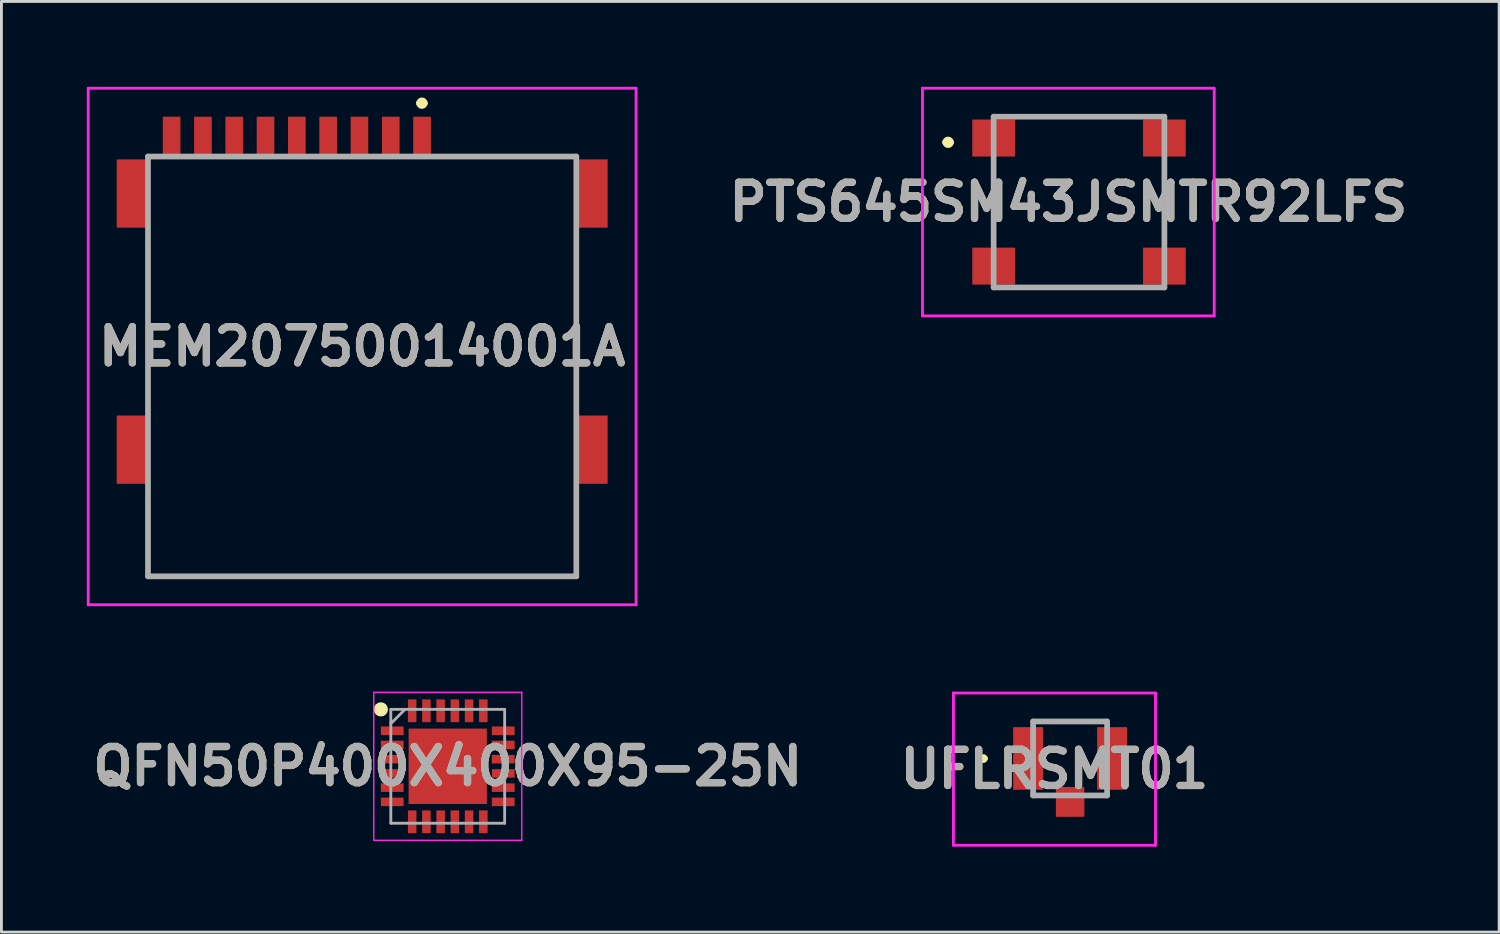
<source format=kicad_pcb>
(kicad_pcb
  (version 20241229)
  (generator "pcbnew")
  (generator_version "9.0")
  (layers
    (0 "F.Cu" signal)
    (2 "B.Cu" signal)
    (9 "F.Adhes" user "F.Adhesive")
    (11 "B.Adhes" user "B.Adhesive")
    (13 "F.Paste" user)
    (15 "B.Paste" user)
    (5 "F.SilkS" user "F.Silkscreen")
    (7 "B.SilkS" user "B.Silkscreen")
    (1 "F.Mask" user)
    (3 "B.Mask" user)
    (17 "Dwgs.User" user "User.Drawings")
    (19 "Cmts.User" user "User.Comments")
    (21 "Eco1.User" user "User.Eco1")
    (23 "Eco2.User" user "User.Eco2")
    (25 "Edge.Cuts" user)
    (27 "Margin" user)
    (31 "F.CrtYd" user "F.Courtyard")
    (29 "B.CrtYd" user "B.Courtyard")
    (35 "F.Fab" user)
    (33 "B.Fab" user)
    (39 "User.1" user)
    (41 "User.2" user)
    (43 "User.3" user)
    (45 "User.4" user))
  (footprint "PTS645SM43JSMTR92LFS"
    (layer "F.Cu")
    (at 34.863 4.05)
    (property "Reference" "PTS645SM43JSMTR92LFS" (at -0.375 0 0) (layer "F.SilkS") (effects (font (size 1.27 1.27) (thickness 0.254))))
    (attr smd)
    (fp_line (start -4.7 -2.1) (end -4.7 -2.1) (stroke (width 0.2) (type solid)) (layer "F.SilkS"))
    (fp_line (start -4.5 -2.1) (end -4.5 -2.1) (stroke (width 0.2) (type solid)) (layer "F.SilkS"))
    (fp_line (start -3 -1.2) (end -3 1.2) (stroke (width 0.1) (type solid)) (layer "F.SilkS"))
    (fp_line (start -1.8 -3) (end 1.8 -3) (stroke (width 0.1) (type solid)) (layer "F.SilkS"))
    (fp_line (start -1.8 3) (end 1.8 3) (stroke (width 0.1) (type solid)) (layer "F.SilkS"))
    (fp_line (start 3 -1.2) (end 3 1.2) (stroke (width 0.1) (type solid)) (layer "F.SilkS"))
    (fp_arc (start -4.7 -2.1) (mid -4.6 -2.2) (end -4.5 -2.1) (stroke (width 0.2) (type solid)) (layer "F.SilkS"))
    (fp_arc (start -4.5 -2.1) (mid -4.6 -2) (end -4.7 -2.1) (stroke (width 0.2) (type solid)) (layer "F.SilkS"))
    (fp_line (start -5.5 -4) (end 4.75 -4) (stroke (width 0.1) (type solid)) (layer "F.CrtYd"))
    (fp_line (start -5.5 4) (end -5.5 -4) (stroke (width 0.1) (type solid)) (layer "F.CrtYd"))
    (fp_line (start 4.75 -4) (end 4.75 4) (stroke (width 0.1) (type solid)) (layer "F.CrtYd"))
    (fp_line (start 4.75 4) (end -5.5 4) (stroke (width 0.1) (type solid)) (layer "F.CrtYd"))
    (fp_line (start -3 -3) (end 3 -3) (stroke (width 0.2) (type solid)) (layer "F.Fab"))
    (fp_line (start -3 3) (end -3 -3) (stroke (width 0.2) (type solid)) (layer "F.Fab"))
    (fp_line (start 3 -3) (end 3 3) (stroke (width 0.2) (type solid)) (layer "F.Fab"))
    (fp_line (start 3 3) (end -3 3) (stroke (width 0.2) (type solid)) (layer "F.Fab"))
    (fp_text user "${REFERENCE}" (at -0.375 0 0) (layer "F.Fab") (effects (font (size 1.27 1.27) (thickness 0.254))))
    (pad "A1" smd rect (at -3 -2.25 90) (size 1.3 1.5) (layers "F.Cu" "F.Mask" "F.Paste"))
    (pad "B1" smd rect (at 3 -2.25 90) (size 1.3 1.5) (layers "F.Cu" "F.Mask" "F.Paste"))
    (pad "C1" smd rect (at -3 2.25 90) (size 1.3 1.5) (layers "F.Cu" "F.Mask" "F.Paste"))
    (pad "D1" smd rect (at 3 2.25 90) (size 1.3 1.5) (layers "F.Cu" "F.Mask" "F.Paste")))
  (footprint "MEM20750014001A"
    (layer "F.Cu")
    (at 9.675 9.475)
    (property "Reference" "MEM20750014001A" (at 0 -0.35 0) (layer "F.SilkS") (effects (font (size 1.27 1.27) (thickness 0.254))))
    (attr through_hole)
    (fp_line (start -7.525 -4.025) (end -7.525 1.4) (stroke (width 0.1) (type solid)) (layer "F.SilkS"))
    (fp_line (start -7.525 4.975) (end -7.525 7.725) (stroke (width 0.1) (type solid)) (layer "F.SilkS"))
    (fp_line (start -7.525 7.725) (end 7.525 7.725) (stroke (width 0.1) (type solid)) (layer "F.SilkS"))
    (fp_line (start 2 -8.9) (end 2 -8.9) (stroke (width 0.2) (type solid)) (layer "F.SilkS"))
    (fp_line (start 2.2 -8.9) (end 2.2 -8.9) (stroke (width 0.2) (type solid)) (layer "F.SilkS"))
    (fp_line (start 2.8 -7.025) (end 7 -7.025) (stroke (width 0.1) (type solid)) (layer "F.SilkS"))
    (fp_line (start 7.525 -4.025) (end 7.525 1.4) (stroke (width 0.1) (type solid)) (layer "F.SilkS"))
    (fp_line (start 7.525 7.725) (end 7.525 4.975) (stroke (width 0.1) (type solid)) (layer "F.SilkS"))
    (fp_arc (start 2 -8.9) (mid 2.1 -9) (end 2.2 -8.9) (stroke (width 0.2) (type solid)) (layer "F.SilkS"))
    (fp_arc (start 2.2 -8.9) (mid 2.1 -8.8) (end 2 -8.9) (stroke (width 0.2) (type solid)) (layer "F.SilkS"))
    (fp_line (start -9.625 -9.425) (end 9.625 -9.425) (stroke (width 0.1) (type solid)) (layer "F.CrtYd"))
    (fp_line (start -9.625 8.725) (end -9.625 -9.425) (stroke (width 0.1) (type solid)) (layer "F.CrtYd"))
    (fp_line (start 9.625 -9.425) (end 9.625 8.725) (stroke (width 0.1) (type solid)) (layer "F.CrtYd"))
    (fp_line (start 9.625 8.725) (end -9.625 8.725) (stroke (width 0.1) (type solid)) (layer "F.CrtYd"))
    (fp_line (start -7.525 -7.025) (end 7.525 -7.025) (stroke (width 0.2) (type solid)) (layer "F.Fab"))
    (fp_line (start -7.525 7.725) (end -7.525 -7.025) (stroke (width 0.2) (type solid)) (layer "F.Fab"))
    (fp_line (start 7.525 -7.025) (end 7.525 7.725) (stroke (width 0.2) (type solid)) (layer "F.Fab"))
    (fp_line (start 7.525 7.725) (end -7.525 7.725) (stroke (width 0.2) (type solid)) (layer "F.Fab"))
    (fp_text user "${REFERENCE}" (at 0 -0.35 0) (layer "F.Fab") (effects (font (size 1.27 1.27) (thickness 0.254))))
    (pad "" np_thru_hole circle (at -3.395 3.695) (size 0.001 0.001) (drill 0.95) (layers "*.Cu" "*.Mask"))
    (pad "" np_thru_hole circle (at 3.205 3.695) (size 0.001 0.001) (drill 0.95) (layers "*.Cu" "*.Mask"))
    (pad "MP1" smd rect (at -8.075 -5.725) (size 1.1 2.4) (layers "F.Cu" "F.Mask" "F.Paste"))
    (pad "MP2" smd rect (at -8.075 3.275) (size 1.1 2.4) (layers "F.Cu" "F.Mask" "F.Paste"))
    (pad "MP3" smd rect (at 8.075 3.275) (size 1.1 2.4) (layers "F.Cu" "F.Mask" "F.Paste"))
    (pad "MP4" smd rect (at 8.075 -5.725) (size 1.1 2.4) (layers "F.Cu" "F.Mask" "F.Paste"))
    (pad "P1" smd rect (at 2.105 -7.725) (size 0.62 1.4) (layers "F.Cu" "F.Mask" "F.Paste"))
    (pad "P2" smd rect (at 1.005 -7.725) (size 0.62 1.4) (layers "F.Cu" "F.Mask" "F.Paste"))
    (pad "P3" smd rect (at -0.095 -7.725) (size 0.62 1.4) (layers "F.Cu" "F.Mask" "F.Paste"))
    (pad "P4" smd rect (at -1.195 -7.725) (size 0.62 1.4) (layers "F.Cu" "F.Mask" "F.Paste"))
    (pad "P5" smd rect (at -2.295 -7.725) (size 0.62 1.4) (layers "F.Cu" "F.Mask" "F.Paste"))
    (pad "P6" smd rect (at -3.395 -7.725) (size 0.62 1.4) (layers "F.Cu" "F.Mask" "F.Paste"))
    (pad "P7" smd rect (at -4.495 -7.725) (size 0.62 1.4) (layers "F.Cu" "F.Mask" "F.Paste"))
    (pad "P8" smd rect (at -5.595 -7.725) (size 0.62 1.4) (layers "F.Cu" "F.Mask" "F.Paste"))
    (pad "P9" smd rect (at -6.695 -7.725) (size 0.62 1.4) (layers "F.Cu" "F.Mask" "F.Paste")))
  (footprint "UFLRSMT01"
    (layer "F.Cu")
    (at 34.55 23.6)
    (property "Reference" "UFLRSMT01" (at -0.55 0.375 0) (layer "F.SilkS") (effects (font (size 1.27 1.27) (thickness 0.254))))
    (attr smd)
    (fp_line (start -3.1 0) (end -3.1 0) (stroke (width 0.2) (type solid)) (layer "F.SilkS"))
    (fp_line (start -3.1 0) (end -3.1 0) (stroke (width 0.2) (type solid)) (layer "F.SilkS"))
    (fp_line (start -3 0) (end -3 0) (stroke (width 0.2) (type solid)) (layer "F.SilkS"))
    (fp_line (start -0.5 -1.3) (end -0.5 -1.3) (stroke (width 0.1) (type solid)) (layer "F.SilkS"))
    (fp_line (start -0.5 -1.3) (end 0.5 -1.3) (stroke (width 0.1) (type solid)) (layer "F.SilkS"))
    (fp_line (start 0.5 -1.3) (end -0.5 -1.3) (stroke (width 0.1) (type solid)) (layer "F.SilkS"))
    (fp_line (start 0.5 -1.3) (end 0.5 -1.3) (stroke (width 0.1) (type solid)) (layer "F.SilkS"))
    (fp_arc (start -3.1 0) (mid -3.05 -0.05) (end -3 0) (stroke (width 0.2) (type solid)) (layer "F.SilkS"))
    (fp_arc (start -3 0) (mid -3.05 0.05) (end -3.1 0) (stroke (width 0.2) (type solid)) (layer "F.SilkS"))
    (fp_arc (start -3 0) (mid -3.05 0.05) (end -3.1 0) (stroke (width 0.2) (type solid)) (layer "F.SilkS"))
    (fp_line (start -4.1 -2.3) (end 3 -2.3) (stroke (width 0.1) (type solid)) (layer "F.CrtYd"))
    (fp_line (start -4.1 3.05) (end -4.1 -2.3) (stroke (width 0.1) (type solid)) (layer "F.CrtYd"))
    (fp_line (start 3 -2.3) (end 3 3.05) (stroke (width 0.1) (type solid)) (layer "F.CrtYd"))
    (fp_line (start 3 3.05) (end -4.1 3.05) (stroke (width 0.1) (type solid)) (layer "F.CrtYd"))
    (fp_line (start -1.3 -1.3) (end -1.3 1.3) (stroke (width 0.2) (type solid)) (layer "F.Fab"))
    (fp_line (start -1.3 1.3) (end 1.3 1.3) (stroke (width 0.2) (type solid)) (layer "F.Fab"))
    (fp_line (start 1.3 -1.3) (end -1.3 -1.3) (stroke (width 0.2) (type solid)) (layer "F.Fab"))
    (fp_line (start 1.3 1.3) (end 1.3 -1.3) (stroke (width 0.2) (type solid)) (layer "F.Fab"))
    (fp_text user "${REFERENCE}" (at -0.55 0.375 0) (layer "F.Fab") (effects (font (size 1.27 1.27) (thickness 0.254))))
    (pad "1" smd rect (at -1.475 0) (size 1.05 2.2) (layers "F.Cu" "F.Mask" "F.Paste"))
    (pad "2" smd rect (at 1.475 0) (size 1.05 2.2) (layers "F.Cu" "F.Mask" "F.Paste"))
    (pad "3" smd rect (at 0 1.525) (size 1 1.05) (layers "F.Cu" "F.Mask" "F.Paste")))
  (footprint "QFN50P400X400X95-25N"
    (layer "F.Cu")
    (at 12.682 23.875)
    (property "Reference" "QFN50P400X400X95-25N" (at 0 0 0) (layer "F.SilkS") (effects (font (size 1.27 1.27) (thickness 0.254))))
    (attr smd)
    (fp_circle (center -2.35 -2) (end -2.35 -1.875) (stroke (width 0.25) (type solid)) (fill no) (layer "F.SilkS"))
    (fp_line (start -2.6 -2.6) (end 2.6 -2.6) (stroke (width 0.05) (type solid)) (layer "F.CrtYd"))
    (fp_line (start -2.6 2.6) (end -2.6 -2.6) (stroke (width 0.05) (type solid)) (layer "F.CrtYd"))
    (fp_line (start 2.6 -2.6) (end 2.6 2.6) (stroke (width 0.05) (type solid)) (layer "F.CrtYd"))
    (fp_line (start 2.6 2.6) (end -2.6 2.6) (stroke (width 0.05) (type solid)) (layer "F.CrtYd"))
    (fp_line (start -2 -2) (end 2 -2) (stroke (width 0.1) (type solid)) (layer "F.Fab"))
    (fp_line (start -2 -1.5) (end -1.5 -2) (stroke (width 0.1) (type solid)) (layer "F.Fab"))
    (fp_line (start -2 2) (end -2 -2) (stroke (width 0.1) (type solid)) (layer "F.Fab"))
    (fp_line (start 2 -2) (end 2 2) (stroke (width 0.1) (type solid)) (layer "F.Fab"))
    (fp_line (start 2 2) (end -2 2) (stroke (width 0.1) (type solid)) (layer "F.Fab"))
    (fp_text user "${REFERENCE}" (at 0 0 0) (layer "F.Fab") (effects (font (size 1.27 1.27) (thickness 0.254))))
    (pad "1" smd rect (at -1.95 -1.25 90) (size 0.3 0.8) (layers "F.Cu" "F.Mask" "F.Paste"))
    (pad "2" smd rect (at -1.95 -0.75 90) (size 0.3 0.8) (layers "F.Cu" "F.Mask" "F.Paste"))
    (pad "3" smd rect (at -1.95 -0.25 90) (size 0.3 0.8) (layers "F.Cu" "F.Mask" "F.Paste"))
    (pad "4" smd rect (at -1.95 0.25 90) (size 0.3 0.8) (layers "F.Cu" "F.Mask" "F.Paste"))
    (pad "5" smd rect (at -1.95 0.75 90) (size 0.3 0.8) (layers "F.Cu" "F.Mask" "F.Paste"))
    (pad "6" smd rect (at -1.95 1.25 90) (size 0.3 0.8) (layers "F.Cu" "F.Mask" "F.Paste"))
    (pad "7" smd rect (at -1.25 1.95) (size 0.3 0.8) (layers "F.Cu" "F.Mask" "F.Paste"))
    (pad "8" smd rect (at -0.75 1.95) (size 0.3 0.8) (layers "F.Cu" "F.Mask" "F.Paste"))
    (pad "9" smd rect (at -0.25 1.95) (size 0.3 0.8) (layers "F.Cu" "F.Mask" "F.Paste"))
    (pad "10" smd rect (at 0.25 1.95) (size 0.3 0.8) (layers "F.Cu" "F.Mask" "F.Paste"))
    (pad "11" smd rect (at 0.75 1.95) (size 0.3 0.8) (layers "F.Cu" "F.Mask" "F.Paste"))
    (pad "12" smd rect (at 1.25 1.95) (size 0.3 0.8) (layers "F.Cu" "F.Mask" "F.Paste"))
    (pad "13" smd rect (at 1.95 1.25 90) (size 0.3 0.8) (layers "F.Cu" "F.Mask" "F.Paste"))
    (pad "14" smd rect (at 1.95 0.75 90) (size 0.3 0.8) (layers "F.Cu" "F.Mask" "F.Paste"))
    (pad "15" smd rect (at 1.95 0.25 90) (size 0.3 0.8) (layers "F.Cu" "F.Mask" "F.Paste"))
    (pad "16" smd rect (at 1.95 -0.25 90) (size 0.3 0.8) (layers "F.Cu" "F.Mask" "F.Paste"))
    (pad "17" smd rect (at 1.95 -0.75 90) (size 0.3 0.8) (layers "F.Cu" "F.Mask" "F.Paste"))
    (pad "18" smd rect (at 1.95 -1.25 90) (size 0.3 0.8) (layers "F.Cu" "F.Mask" "F.Paste"))
    (pad "19" smd rect (at 1.25 -1.95) (size 0.3 0.8) (layers "F.Cu" "F.Mask" "F.Paste"))
    (pad "20" smd rect (at 0.75 -1.95) (size 0.3 0.8) (layers "F.Cu" "F.Mask" "F.Paste"))
    (pad "21" smd rect (at 0.25 -1.95) (size 0.3 0.8) (layers "F.Cu" "F.Mask" "F.Paste"))
    (pad "22" smd rect (at -0.25 -1.95) (size 0.3 0.8) (layers "F.Cu" "F.Mask" "F.Paste"))
    (pad "23" smd rect (at -0.75 -1.95) (size 0.3 0.8) (layers "F.Cu" "F.Mask" "F.Paste"))
    (pad "24" smd rect (at -1.25 -1.95) (size 0.3 0.8) (layers "F.Cu" "F.Mask" "F.Paste"))
    (pad "25" smd rect (at 0 0 90) (size 2.65 2.75) (layers "F.Cu" "F.Mask" "F.Paste")))
  (gr_rect
    (start -3 -3)
    (end 49.625 29.7)
    (stroke (width 0.1) (type default))
    (fill no)
    (layer "Edge.Cuts")))
</source>
